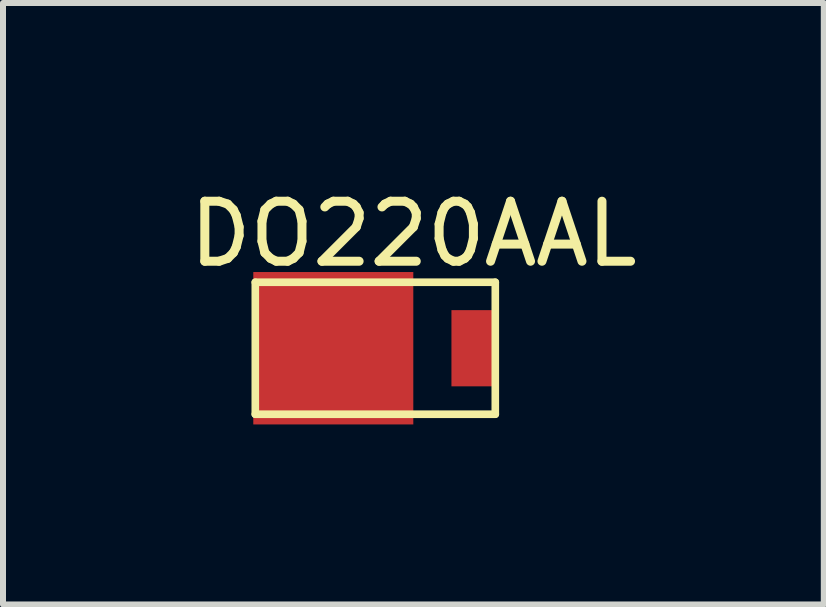
<source format=kicad_pcb>
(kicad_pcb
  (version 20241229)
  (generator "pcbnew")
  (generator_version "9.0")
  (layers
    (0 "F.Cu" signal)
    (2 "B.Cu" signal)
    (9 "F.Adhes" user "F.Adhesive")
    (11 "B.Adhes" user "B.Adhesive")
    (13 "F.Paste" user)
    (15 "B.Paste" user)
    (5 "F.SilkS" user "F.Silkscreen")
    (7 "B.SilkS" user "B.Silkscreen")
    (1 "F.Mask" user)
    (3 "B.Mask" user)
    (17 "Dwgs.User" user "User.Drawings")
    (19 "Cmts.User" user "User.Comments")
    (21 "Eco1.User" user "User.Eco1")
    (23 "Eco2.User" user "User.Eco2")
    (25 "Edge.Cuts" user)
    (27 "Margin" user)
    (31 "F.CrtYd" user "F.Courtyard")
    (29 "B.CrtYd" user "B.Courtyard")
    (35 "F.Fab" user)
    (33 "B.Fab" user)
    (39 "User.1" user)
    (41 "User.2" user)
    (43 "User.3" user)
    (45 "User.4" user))
  (footprint "DO220AAL"
    (layer "F.Cu")
    (at 3.205 2.754)
    (property "Reference" "DO220AAL" (at 0.635 -1.905 0) (layer "F.SilkS") (effects (font (size 1 1) (thickness 0.15))))
    (attr smd)
    (fp_line (start -2 -1.1) (end -2 1.1) (stroke (width 0.127) (type solid)) (layer "F.SilkS"))
    (fp_line (start -2 1.1) (end 2 1.1) (stroke (width 0.127) (type solid)) (layer "F.SilkS"))
    (fp_line (start 2 -1.1) (end -2 -1.1) (stroke (width 0.127) (type solid)) (layer "F.SilkS"))
    (fp_line (start 2 1.1) (end 2 -1.1) (stroke (width 0.127) (type solid)) (layer "F.SilkS"))
    (pad "P$1" smd rect (at -0.7 0 90) (size 2.54 2.667) (layers "F.Cu" "F.Mask" "F.Paste"))
    (pad "P$2" smd rect (at 1.65 0 180) (size 0.762 1.27) (layers "F.Cu" "F.Mask" "F.Paste")))
  (gr_rect
    (start -3 -3)
    (end 10.68 7.024)
    (stroke (width 0.1) (type default))
    (fill no)
    (layer "Edge.Cuts")))
</source>
